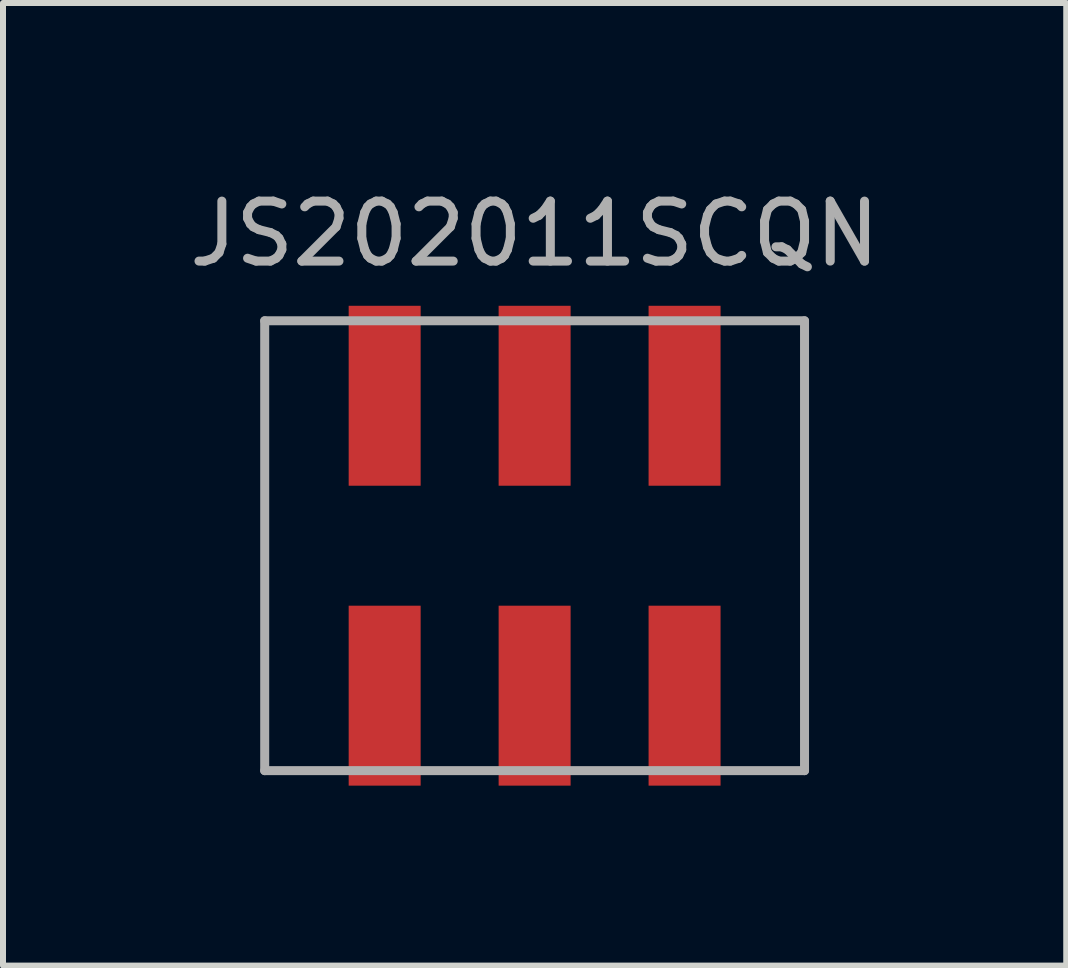
<source format=kicad_pcb>
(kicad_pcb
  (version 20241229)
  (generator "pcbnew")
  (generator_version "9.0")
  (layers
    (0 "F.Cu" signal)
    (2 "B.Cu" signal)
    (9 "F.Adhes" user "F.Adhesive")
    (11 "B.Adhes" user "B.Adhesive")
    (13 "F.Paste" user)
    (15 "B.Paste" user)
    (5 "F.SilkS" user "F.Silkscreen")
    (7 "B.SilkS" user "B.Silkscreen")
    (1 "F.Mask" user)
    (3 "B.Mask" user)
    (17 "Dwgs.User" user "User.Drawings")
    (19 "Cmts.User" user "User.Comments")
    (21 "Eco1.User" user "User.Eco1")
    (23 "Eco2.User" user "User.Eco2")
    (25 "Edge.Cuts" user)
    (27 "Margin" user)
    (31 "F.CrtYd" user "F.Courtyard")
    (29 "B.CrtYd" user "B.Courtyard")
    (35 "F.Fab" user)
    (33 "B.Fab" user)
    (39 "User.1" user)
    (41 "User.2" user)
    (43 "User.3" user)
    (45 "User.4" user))
  (footprint "JS202011SCQN"
    (layer "F.Cu")
    (at 5.863 6.048)
    (property "Reference" "JS202011SCQN" (at 0 -5.2 0) (layer "F.Fab") (effects (font (size 1 1) (thickness 0.15))))
    (attr through_hole)
    (fp_line (start -4.5 -3.75) (end -4.5 3.75) (stroke (width 0.15) (type solid)) (layer "F.Fab"))
    (fp_line (start -4.5 -3.75) (end 4.5 -3.75) (stroke (width 0.15) (type solid)) (layer "F.Fab"))
    (fp_line (start -4.5 3.75) (end 4.5 3.75) (stroke (width 0.15) (type solid)) (layer "F.Fab"))
    (fp_line (start 4.5 -3.75) (end 4.5 3.75) (stroke (width 0.15) (type solid)) (layer "F.Fab"))
    (pad "1" smd rect (at -2.5 2.5) (size 1.2 3) (layers "F.Cu" "F.Mask" "F.Paste"))
    (pad "2" smd rect (at 0 2.5) (size 1.2 3) (layers "F.Cu" "F.Mask" "F.Paste"))
    (pad "3" smd rect (at 2.5 2.5) (size 1.2 3) (layers "F.Cu" "F.Mask" "F.Paste"))
    (pad "4" smd rect (at -2.5 -2.5) (size 1.2 3) (layers "F.Cu" "F.Mask" "F.Paste"))
    (pad "5" smd rect (at 0 -2.5) (size 1.2 3) (layers "F.Cu" "F.Mask" "F.Paste"))
    (pad "6" smd rect (at 2.5 -2.5) (size 1.2 3) (layers "F.Cu" "F.Mask" "F.Paste")))
  (gr_rect
    (start -3 -3)
    (end 14.726 13.048)
    (stroke (width 0.1) (type default))
    (fill no)
    (layer "Edge.Cuts")))
</source>
